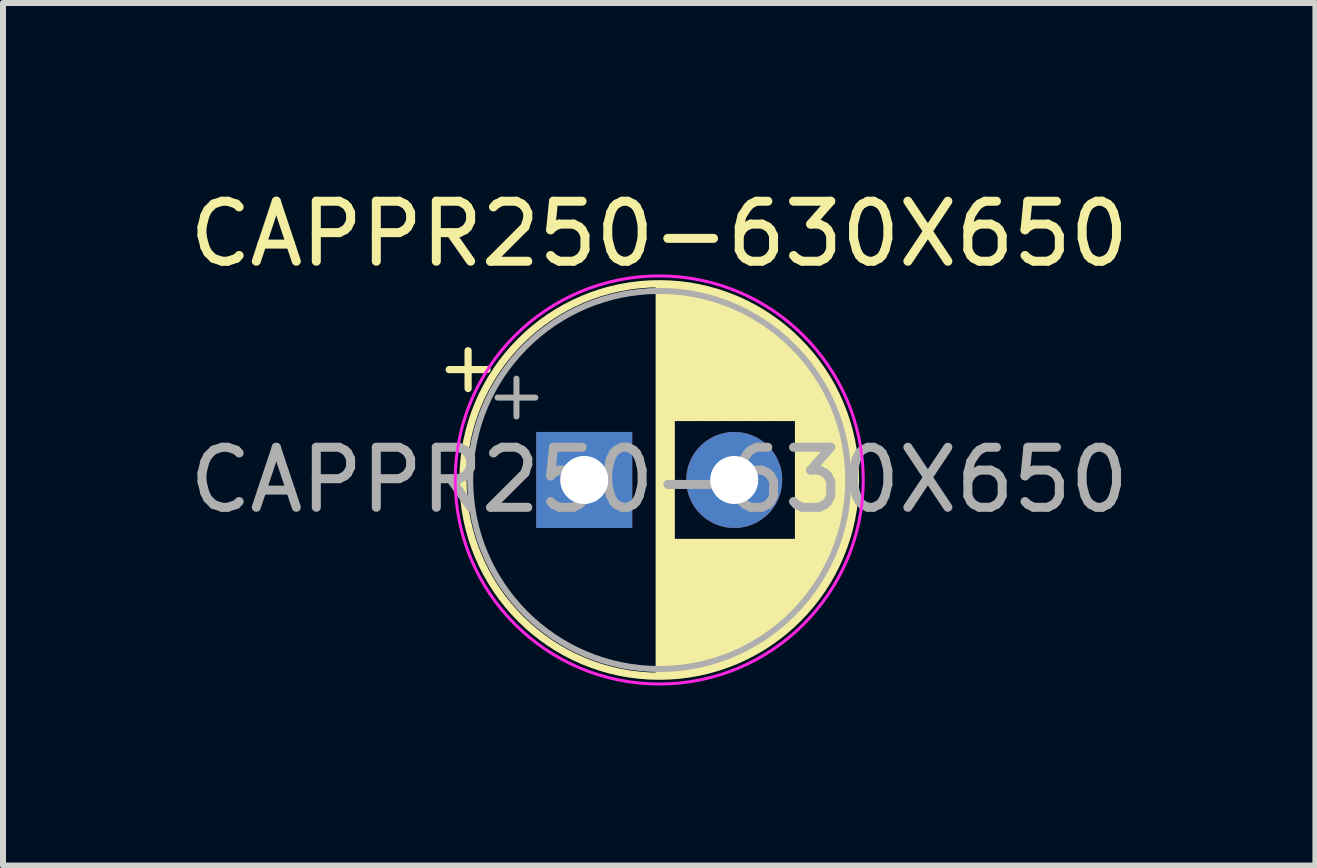
<source format=kicad_pcb>
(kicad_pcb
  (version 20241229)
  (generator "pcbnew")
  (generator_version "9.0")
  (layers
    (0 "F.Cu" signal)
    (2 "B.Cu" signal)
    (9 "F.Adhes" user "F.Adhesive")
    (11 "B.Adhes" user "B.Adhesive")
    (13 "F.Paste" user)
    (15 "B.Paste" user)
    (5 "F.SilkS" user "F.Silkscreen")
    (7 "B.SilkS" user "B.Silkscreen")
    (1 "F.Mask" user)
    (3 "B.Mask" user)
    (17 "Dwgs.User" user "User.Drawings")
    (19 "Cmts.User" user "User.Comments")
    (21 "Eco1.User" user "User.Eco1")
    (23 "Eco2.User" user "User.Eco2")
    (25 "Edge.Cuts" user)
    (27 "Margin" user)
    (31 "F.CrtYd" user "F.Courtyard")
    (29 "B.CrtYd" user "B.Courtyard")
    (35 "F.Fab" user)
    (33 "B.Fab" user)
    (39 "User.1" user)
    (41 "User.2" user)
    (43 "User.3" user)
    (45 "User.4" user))
  (footprint "CAPPR250-630X650"
    (layer "F.Cu")
    (at 7.935 4.948)
    (property "Reference" "CAPPR250-630X650" (at 0 -4.1 0) (layer "F.SilkS") (effects (font (size 1 1) (thickness 0.15))))
    (attr through_hole)
    (fp_line (start -3.5 -1.839) (end -2.87 -1.839) (stroke (width 0.12) (type solid)) (layer "F.SilkS"))
    (fp_line (start -3.185 -2.154) (end -3.185 -1.524) (stroke (width 0.12) (type solid)) (layer "F.SilkS"))
    (fp_line (start 0 -3.23) (end 0 3.23) (stroke (width 0.12) (type solid)) (layer "F.SilkS"))
    (fp_line (start 0.04 -3.23) (end 0.04 3.23) (stroke (width 0.12) (type solid)) (layer "F.SilkS"))
    (fp_line (start 0.08 -3.23) (end 0.08 3.23) (stroke (width 0.12) (type solid)) (layer "F.SilkS"))
    (fp_line (start 0.12 -3.228) (end 0.12 3.228) (stroke (width 0.12) (type solid)) (layer "F.SilkS"))
    (fp_line (start 0.16 -3.227) (end 0.16 3.227) (stroke (width 0.12) (type solid)) (layer "F.SilkS"))
    (fp_line (start 0.2 -3.224) (end 0.2 3.224) (stroke (width 0.12) (type solid)) (layer "F.SilkS"))
    (fp_line (start 0.24 -3.222) (end 0.24 -1.04) (stroke (width 0.12) (type solid)) (layer "F.SilkS"))
    (fp_line (start 0.24 1.04) (end 0.24 3.222) (stroke (width 0.12) (type solid)) (layer "F.SilkS"))
    (fp_line (start 0.28 -3.218) (end 0.28 -1.04) (stroke (width 0.12) (type solid)) (layer "F.SilkS"))
    (fp_line (start 0.28 1.04) (end 0.28 3.218) (stroke (width 0.12) (type solid)) (layer "F.SilkS"))
    (fp_line (start 0.32 -3.215) (end 0.32 -1.04) (stroke (width 0.12) (type solid)) (layer "F.SilkS"))
    (fp_line (start 0.32 1.04) (end 0.32 3.215) (stroke (width 0.12) (type solid)) (layer "F.SilkS"))
    (fp_line (start 0.36 -3.211) (end 0.36 -1.04) (stroke (width 0.12) (type solid)) (layer "F.SilkS"))
    (fp_line (start 0.36 1.04) (end 0.36 3.211) (stroke (width 0.12) (type solid)) (layer "F.SilkS"))
    (fp_line (start 0.4 -3.206) (end 0.4 -1.04) (stroke (width 0.12) (type solid)) (layer "F.SilkS"))
    (fp_line (start 0.4 1.04) (end 0.4 3.206) (stroke (width 0.12) (type solid)) (layer "F.SilkS"))
    (fp_line (start 0.44 -3.201) (end 0.44 -1.04) (stroke (width 0.12) (type solid)) (layer "F.SilkS"))
    (fp_line (start 0.44 1.04) (end 0.44 3.201) (stroke (width 0.12) (type solid)) (layer "F.SilkS"))
    (fp_line (start 0.48 -3.195) (end 0.48 -1.04) (stroke (width 0.12) (type solid)) (layer "F.SilkS"))
    (fp_line (start 0.48 1.04) (end 0.48 3.195) (stroke (width 0.12) (type solid)) (layer "F.SilkS"))
    (fp_line (start 0.52 -3.189) (end 0.52 -1.04) (stroke (width 0.12) (type solid)) (layer "F.SilkS"))
    (fp_line (start 0.52 1.04) (end 0.52 3.189) (stroke (width 0.12) (type solid)) (layer "F.SilkS"))
    (fp_line (start 0.56 -3.182) (end 0.56 -1.04) (stroke (width 0.12) (type solid)) (layer "F.SilkS"))
    (fp_line (start 0.56 1.04) (end 0.56 3.182) (stroke (width 0.12) (type solid)) (layer "F.SilkS"))
    (fp_line (start 0.6 -3.175) (end 0.6 -1.04) (stroke (width 0.12) (type solid)) (layer "F.SilkS"))
    (fp_line (start 0.6 1.04) (end 0.6 3.175) (stroke (width 0.12) (type solid)) (layer "F.SilkS"))
    (fp_line (start 0.64 -3.167) (end 0.64 -1.04) (stroke (width 0.12) (type solid)) (layer "F.SilkS"))
    (fp_line (start 0.64 1.04) (end 0.64 3.167) (stroke (width 0.12) (type solid)) (layer "F.SilkS"))
    (fp_line (start 0.68 -3.159) (end 0.68 -1.04) (stroke (width 0.12) (type solid)) (layer "F.SilkS"))
    (fp_line (start 0.68 1.04) (end 0.68 3.159) (stroke (width 0.12) (type solid)) (layer "F.SilkS"))
    (fp_line (start 0.721 -3.15) (end 0.721 -1.04) (stroke (width 0.12) (type solid)) (layer "F.SilkS"))
    (fp_line (start 0.721 1.04) (end 0.721 3.15) (stroke (width 0.12) (type solid)) (layer "F.SilkS"))
    (fp_line (start 0.761 -3.141) (end 0.761 -1.04) (stroke (width 0.12) (type solid)) (layer "F.SilkS"))
    (fp_line (start 0.761 1.04) (end 0.761 3.141) (stroke (width 0.12) (type solid)) (layer "F.SilkS"))
    (fp_line (start 0.801 -3.131) (end 0.801 -1.04) (stroke (width 0.12) (type solid)) (layer "F.SilkS"))
    (fp_line (start 0.801 1.04) (end 0.801 3.131) (stroke (width 0.12) (type solid)) (layer "F.SilkS"))
    (fp_line (start 0.841 -3.121) (end 0.841 -1.04) (stroke (width 0.12) (type solid)) (layer "F.SilkS"))
    (fp_line (start 0.841 1.04) (end 0.841 3.121) (stroke (width 0.12) (type solid)) (layer "F.SilkS"))
    (fp_line (start 0.881 -3.11) (end 0.881 -1.04) (stroke (width 0.12) (type solid)) (layer "F.SilkS"))
    (fp_line (start 0.881 1.04) (end 0.881 3.11) (stroke (width 0.12) (type solid)) (layer "F.SilkS"))
    (fp_line (start 0.921 -3.098) (end 0.921 -1.04) (stroke (width 0.12) (type solid)) (layer "F.SilkS"))
    (fp_line (start 0.921 1.04) (end 0.921 3.098) (stroke (width 0.12) (type solid)) (layer "F.SilkS"))
    (fp_line (start 0.961 -3.086) (end 0.961 -1.04) (stroke (width 0.12) (type solid)) (layer "F.SilkS"))
    (fp_line (start 0.961 1.04) (end 0.961 3.086) (stroke (width 0.12) (type solid)) (layer "F.SilkS"))
    (fp_line (start 1.001 -3.074) (end 1.001 -1.04) (stroke (width 0.12) (type solid)) (layer "F.SilkS"))
    (fp_line (start 1.001 1.04) (end 1.001 3.074) (stroke (width 0.12) (type solid)) (layer "F.SilkS"))
    (fp_line (start 1.041 -3.061) (end 1.041 -1.04) (stroke (width 0.12) (type solid)) (layer "F.SilkS"))
    (fp_line (start 1.041 1.04) (end 1.041 3.061) (stroke (width 0.12) (type solid)) (layer "F.SilkS"))
    (fp_line (start 1.081 -3.047) (end 1.081 -1.04) (stroke (width 0.12) (type solid)) (layer "F.SilkS"))
    (fp_line (start 1.081 1.04) (end 1.081 3.047) (stroke (width 0.12) (type solid)) (layer "F.SilkS"))
    (fp_line (start 1.121 -3.033) (end 1.121 -1.04) (stroke (width 0.12) (type solid)) (layer "F.SilkS"))
    (fp_line (start 1.121 1.04) (end 1.121 3.033) (stroke (width 0.12) (type solid)) (layer "F.SilkS"))
    (fp_line (start 1.161 -3.018) (end 1.161 -1.04) (stroke (width 0.12) (type solid)) (layer "F.SilkS"))
    (fp_line (start 1.161 1.04) (end 1.161 3.018) (stroke (width 0.12) (type solid)) (layer "F.SilkS"))
    (fp_line (start 1.201 -3.002) (end 1.201 -1.04) (stroke (width 0.12) (type solid)) (layer "F.SilkS"))
    (fp_line (start 1.201 1.04) (end 1.201 3.002) (stroke (width 0.12) (type solid)) (layer "F.SilkS"))
    (fp_line (start 1.241 -2.986) (end 1.241 -1.04) (stroke (width 0.12) (type solid)) (layer "F.SilkS"))
    (fp_line (start 1.241 1.04) (end 1.241 2.986) (stroke (width 0.12) (type solid)) (layer "F.SilkS"))
    (fp_line (start 1.281 -2.97) (end 1.281 -1.04) (stroke (width 0.12) (type solid)) (layer "F.SilkS"))
    (fp_line (start 1.281 1.04) (end 1.281 2.97) (stroke (width 0.12) (type solid)) (layer "F.SilkS"))
    (fp_line (start 1.321 -2.952) (end 1.321 -1.04) (stroke (width 0.12) (type solid)) (layer "F.SilkS"))
    (fp_line (start 1.321 1.04) (end 1.321 2.952) (stroke (width 0.12) (type solid)) (layer "F.SilkS"))
    (fp_line (start 1.361 -2.934) (end 1.361 -1.04) (stroke (width 0.12) (type solid)) (layer "F.SilkS"))
    (fp_line (start 1.361 1.04) (end 1.361 2.934) (stroke (width 0.12) (type solid)) (layer "F.SilkS"))
    (fp_line (start 1.401 -2.916) (end 1.401 -1.04) (stroke (width 0.12) (type solid)) (layer "F.SilkS"))
    (fp_line (start 1.401 1.04) (end 1.401 2.916) (stroke (width 0.12) (type solid)) (layer "F.SilkS"))
    (fp_line (start 1.441 -2.896) (end 1.441 -1.04) (stroke (width 0.12) (type solid)) (layer "F.SilkS"))
    (fp_line (start 1.441 1.04) (end 1.441 2.896) (stroke (width 0.12) (type solid)) (layer "F.SilkS"))
    (fp_line (start 1.481 -2.876) (end 1.481 -1.04) (stroke (width 0.12) (type solid)) (layer "F.SilkS"))
    (fp_line (start 1.481 1.04) (end 1.481 2.876) (stroke (width 0.12) (type solid)) (layer "F.SilkS"))
    (fp_line (start 1.521 -2.856) (end 1.521 -1.04) (stroke (width 0.12) (type solid)) (layer "F.SilkS"))
    (fp_line (start 1.521 1.04) (end 1.521 2.856) (stroke (width 0.12) (type solid)) (layer "F.SilkS"))
    (fp_line (start 1.561 -2.834) (end 1.561 -1.04) (stroke (width 0.12) (type solid)) (layer "F.SilkS"))
    (fp_line (start 1.561 1.04) (end 1.561 2.834) (stroke (width 0.12) (type solid)) (layer "F.SilkS"))
    (fp_line (start 1.601 -2.812) (end 1.601 -1.04) (stroke (width 0.12) (type solid)) (layer "F.SilkS"))
    (fp_line (start 1.601 1.04) (end 1.601 2.812) (stroke (width 0.12) (type solid)) (layer "F.SilkS"))
    (fp_line (start 1.641 -2.79) (end 1.641 -1.04) (stroke (width 0.12) (type solid)) (layer "F.SilkS"))
    (fp_line (start 1.641 1.04) (end 1.641 2.79) (stroke (width 0.12) (type solid)) (layer "F.SilkS"))
    (fp_line (start 1.681 -2.766) (end 1.681 -1.04) (stroke (width 0.12) (type solid)) (layer "F.SilkS"))
    (fp_line (start 1.681 1.04) (end 1.681 2.766) (stroke (width 0.12) (type solid)) (layer "F.SilkS"))
    (fp_line (start 1.721 -2.742) (end 1.721 -1.04) (stroke (width 0.12) (type solid)) (layer "F.SilkS"))
    (fp_line (start 1.721 1.04) (end 1.721 2.742) (stroke (width 0.12) (type solid)) (layer "F.SilkS"))
    (fp_line (start 1.761 -2.716) (end 1.761 -1.04) (stroke (width 0.12) (type solid)) (layer "F.SilkS"))
    (fp_line (start 1.761 1.04) (end 1.761 2.716) (stroke (width 0.12) (type solid)) (layer "F.SilkS"))
    (fp_line (start 1.801 -2.69) (end 1.801 -1.04) (stroke (width 0.12) (type solid)) (layer "F.SilkS"))
    (fp_line (start 1.801 1.04) (end 1.801 2.69) (stroke (width 0.12) (type solid)) (layer "F.SilkS"))
    (fp_line (start 1.841 -2.664) (end 1.841 -1.04) (stroke (width 0.12) (type solid)) (layer "F.SilkS"))
    (fp_line (start 1.841 1.04) (end 1.841 2.664) (stroke (width 0.12) (type solid)) (layer "F.SilkS"))
    (fp_line (start 1.881 -2.636) (end 1.881 -1.04) (stroke (width 0.12) (type solid)) (layer "F.SilkS"))
    (fp_line (start 1.881 1.04) (end 1.881 2.636) (stroke (width 0.12) (type solid)) (layer "F.SilkS"))
    (fp_line (start 1.921 -2.607) (end 1.921 -1.04) (stroke (width 0.12) (type solid)) (layer "F.SilkS"))
    (fp_line (start 1.921 1.04) (end 1.921 2.607) (stroke (width 0.12) (type solid)) (layer "F.SilkS"))
    (fp_line (start 1.961 -2.578) (end 1.961 -1.04) (stroke (width 0.12) (type solid)) (layer "F.SilkS"))
    (fp_line (start 1.961 1.04) (end 1.961 2.578) (stroke (width 0.12) (type solid)) (layer "F.SilkS"))
    (fp_line (start 2.001 -2.548) (end 2.001 -1.04) (stroke (width 0.12) (type solid)) (layer "F.SilkS"))
    (fp_line (start 2.001 1.04) (end 2.001 2.548) (stroke (width 0.12) (type solid)) (layer "F.SilkS"))
    (fp_line (start 2.041 -2.516) (end 2.041 -1.04) (stroke (width 0.12) (type solid)) (layer "F.SilkS"))
    (fp_line (start 2.041 1.04) (end 2.041 2.516) (stroke (width 0.12) (type solid)) (layer "F.SilkS"))
    (fp_line (start 2.081 -2.484) (end 2.081 -1.04) (stroke (width 0.12) (type solid)) (layer "F.SilkS"))
    (fp_line (start 2.081 1.04) (end 2.081 2.484) (stroke (width 0.12) (type solid)) (layer "F.SilkS"))
    (fp_line (start 2.121 -2.45) (end 2.121 -1.04) (stroke (width 0.12) (type solid)) (layer "F.SilkS"))
    (fp_line (start 2.121 1.04) (end 2.121 2.45) (stroke (width 0.12) (type solid)) (layer "F.SilkS"))
    (fp_line (start 2.161 -2.416) (end 2.161 -1.04) (stroke (width 0.12) (type solid)) (layer "F.SilkS"))
    (fp_line (start 2.161 1.04) (end 2.161 2.416) (stroke (width 0.12) (type solid)) (layer "F.SilkS"))
    (fp_line (start 2.201 -2.38) (end 2.201 -1.04) (stroke (width 0.12) (type solid)) (layer "F.SilkS"))
    (fp_line (start 2.201 1.04) (end 2.201 2.38) (stroke (width 0.12) (type solid)) (layer "F.SilkS"))
    (fp_line (start 2.241 -2.343) (end 2.241 -1.04) (stroke (width 0.12) (type solid)) (layer "F.SilkS"))
    (fp_line (start 2.241 1.04) (end 2.241 2.343) (stroke (width 0.12) (type solid)) (layer "F.SilkS"))
    (fp_line (start 2.281 -2.305) (end 2.281 -1.04) (stroke (width 0.12) (type solid)) (layer "F.SilkS"))
    (fp_line (start 2.281 1.04) (end 2.281 2.305) (stroke (width 0.12) (type solid)) (layer "F.SilkS"))
    (fp_line (start 2.321 -2.265) (end 2.321 2.265) (stroke (width 0.12) (type solid)) (layer "F.SilkS"))
    (fp_line (start 2.361 -2.224) (end 2.361 2.224) (stroke (width 0.12) (type solid)) (layer "F.SilkS"))
    (fp_line (start 2.401 -2.182) (end 2.401 2.182) (stroke (width 0.12) (type solid)) (layer "F.SilkS"))
    (fp_line (start 2.441 -2.137) (end 2.441 2.137) (stroke (width 0.12) (type solid)) (layer "F.SilkS"))
    (fp_line (start 2.481 -2.092) (end 2.481 2.092) (stroke (width 0.12) (type solid)) (layer "F.SilkS"))
    (fp_line (start 2.521 -2.044) (end 2.521 2.044) (stroke (width 0.12) (type solid)) (layer "F.SilkS"))
    (fp_line (start 2.561 -1.995) (end 2.561 1.995) (stroke (width 0.12) (type solid)) (layer "F.SilkS"))
    (fp_line (start 2.601 -1.944) (end 2.601 1.944) (stroke (width 0.12) (type solid)) (layer "F.SilkS"))
    (fp_line (start 2.641 -1.89) (end 2.641 1.89) (stroke (width 0.12) (type solid)) (layer "F.SilkS"))
    (fp_line (start 2.681 -1.834) (end 2.681 1.834) (stroke (width 0.12) (type solid)) (layer "F.SilkS"))
    (fp_line (start 2.721 -1.776) (end 2.721 1.776) (stroke (width 0.12) (type solid)) (layer "F.SilkS"))
    (fp_line (start 2.761 -1.714) (end 2.761 1.714) (stroke (width 0.12) (type solid)) (layer "F.SilkS"))
    (fp_line (start 2.801 -1.65) (end 2.801 1.65) (stroke (width 0.12) (type solid)) (layer "F.SilkS"))
    (fp_line (start 2.841 -1.581) (end 2.841 1.581) (stroke (width 0.12) (type solid)) (layer "F.SilkS"))
    (fp_line (start 2.881 -1.509) (end 2.881 1.509) (stroke (width 0.12) (type solid)) (layer "F.SilkS"))
    (fp_line (start 2.921 -1.432) (end 2.921 1.432) (stroke (width 0.12) (type solid)) (layer "F.SilkS"))
    (fp_line (start 2.961 -1.35) (end 2.961 1.35) (stroke (width 0.12) (type solid)) (layer "F.SilkS"))
    (fp_line (start 3.001 -1.262) (end 3.001 1.262) (stroke (width 0.12) (type solid)) (layer "F.SilkS"))
    (fp_line (start 3.041 -1.165) (end 3.041 1.165) (stroke (width 0.12) (type solid)) (layer "F.SilkS"))
    (fp_line (start 3.081 -1.059) (end 3.081 1.059) (stroke (width 0.12) (type solid)) (layer "F.SilkS"))
    (fp_line (start 3.121 -0.94) (end 3.121 0.94) (stroke (width 0.12) (type solid)) (layer "F.SilkS"))
    (fp_line (start 3.161 -0.802) (end 3.161 0.802) (stroke (width 0.12) (type solid)) (layer "F.SilkS"))
    (fp_line (start 3.201 -0.633) (end 3.201 0.633) (stroke (width 0.12) (type solid)) (layer "F.SilkS"))
    (fp_line (start 3.241 -0.402) (end 3.241 0.402) (stroke (width 0.12) (type solid)) (layer "F.SilkS"))
    (fp_circle (center 0 0) (end 3.27 0) (stroke (width 0.12) (type solid)) (fill no) (layer "F.SilkS"))
    (fp_circle (center 0 0) (end 3.4 0) (stroke (width 0.05) (type solid)) (fill no) (layer "F.CrtYd"))
    (fp_line (start -2.694 -1.373) (end -2.064 -1.373) (stroke (width 0.1) (type solid)) (layer "F.Fab"))
    (fp_line (start -2.379 -1.688) (end -2.379 -1.058) (stroke (width 0.1) (type solid)) (layer "F.Fab"))
    (fp_circle (center 0 0) (end 3.15 0) (stroke (width 0.1) (type solid)) (fill no) (layer "F.Fab"))
    (fp_text user "${REFERENCE}" (at 0 0 0) (layer "F.Fab") (effects (font (size 1 1) (thickness 0.15))))
    (pad "1" thru_hole rect (at -1.25 0) (size 1.6 1.6) (drill 0.8) (layers "*.Cu" "*.Mask"))
    (pad "2" thru_hole circle (at 1.25 0) (size 1.6 1.6) (drill 0.8) (layers "*.Cu" "*.Mask")))
  (gr_rect
    (start -3 -3)
    (end 18.869 11.373)
    (stroke (width 0.1) (type default))
    (fill no)
    (layer "Edge.Cuts")))
</source>
